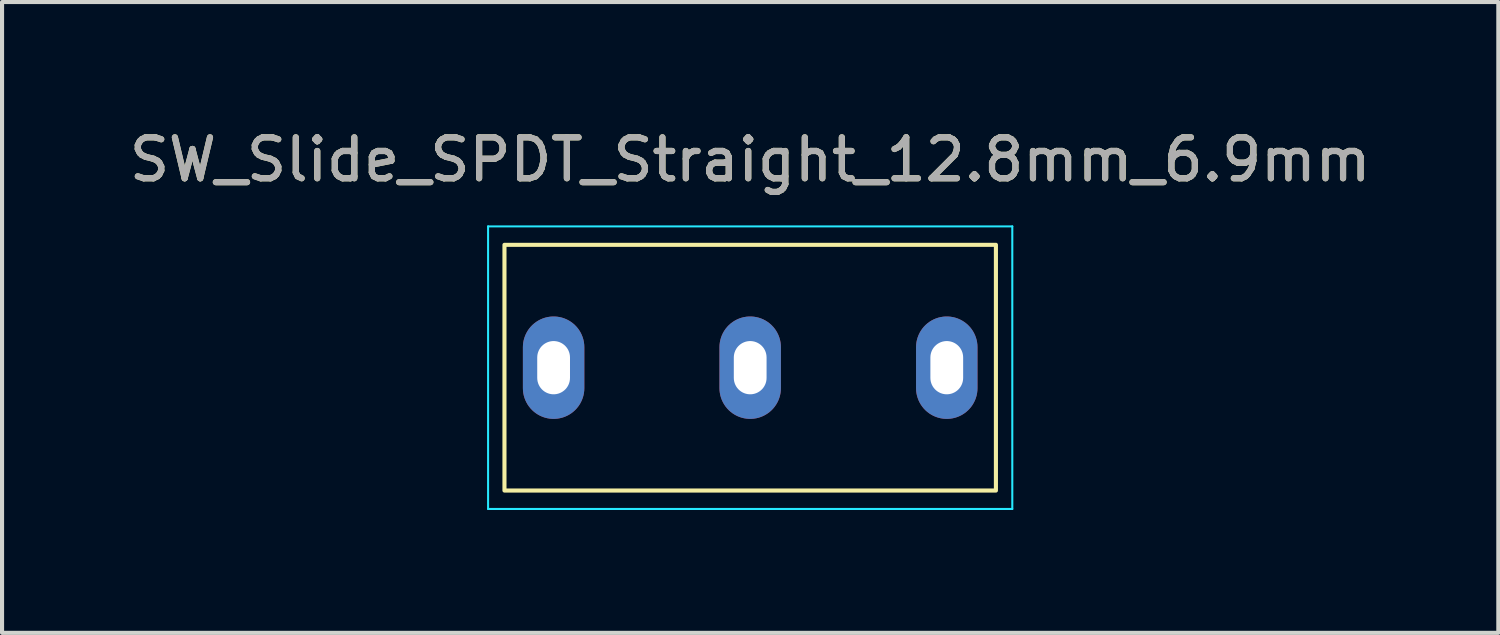
<source format=kicad_pcb>
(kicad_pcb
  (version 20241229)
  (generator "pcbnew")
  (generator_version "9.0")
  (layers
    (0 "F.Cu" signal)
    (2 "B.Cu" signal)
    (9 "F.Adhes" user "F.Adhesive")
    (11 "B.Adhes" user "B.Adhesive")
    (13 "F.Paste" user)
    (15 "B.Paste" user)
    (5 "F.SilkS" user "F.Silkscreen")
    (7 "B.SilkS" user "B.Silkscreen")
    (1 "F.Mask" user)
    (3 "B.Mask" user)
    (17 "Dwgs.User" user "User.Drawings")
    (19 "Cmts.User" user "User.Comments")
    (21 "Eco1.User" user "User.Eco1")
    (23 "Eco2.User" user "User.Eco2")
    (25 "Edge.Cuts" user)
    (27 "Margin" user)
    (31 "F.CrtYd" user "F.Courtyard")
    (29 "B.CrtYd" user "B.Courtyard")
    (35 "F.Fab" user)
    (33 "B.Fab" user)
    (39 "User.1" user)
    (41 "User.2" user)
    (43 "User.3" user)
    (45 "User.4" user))
  (footprint "SW_Slide_SPDT_Straight_12.8mm_6.9mm"
    (layer "F.Cu")
    (at 15.268 5.928)
    (property "Reference" "SW_Slide_SPDT_Straight_12.8mm_6.9mm" (at 0 -5.08 0) (layer "F.SilkS") (effects (font (size 1 1) (thickness 0.15))))
    (attr through_hole)
    (fp_rect (start -6 -3) (end 6 3) (stroke (width 0.1) (type default)) (fill no) (layer "F.SilkS"))
    (fp_line (start -6.4 -3.45) (end -6.4 3.45) (stroke (width 0.05) (type default)) (layer "B.CrtYd"))
    (fp_line (start -6.4 3.45) (end 6.4 3.45) (stroke (width 0.05) (type default)) (layer "B.CrtYd"))
    (fp_line (start 6.4 -3.45) (end -6.4 -3.45) (stroke (width 0.05) (type default)) (layer "B.CrtYd"))
    (fp_line (start 6.4 3.45) (end 6.4 -3.45) (stroke (width 0.05) (type default)) (layer "B.CrtYd"))
    (fp_text user "${REFERENCE}" (at 0 -5.08 0) (layer "F.Fab") (effects (font (size 1 1) (thickness 0.15))))
    (pad "1" thru_hole oval (at -4.8 0) (size 1.5 2.5) (drill oval 0.8 1.3) (layers "*.Cu" "*.Mask"))
    (pad "2" thru_hole oval (at 0 0) (size 1.5 2.5) (drill oval 0.8 1.3) (layers "*.Cu" "*.Mask"))
    (pad "3" thru_hole oval (at 4.8 0) (size 1.5 2.5) (drill oval 0.8 1.3) (layers "*.Cu" "*.Mask")))
  (gr_rect
    (start -3 -3)
    (end 33.536 12.403)
    (stroke (width 0.1) (type default))
    (fill no)
    (layer "Edge.Cuts")))
</source>
